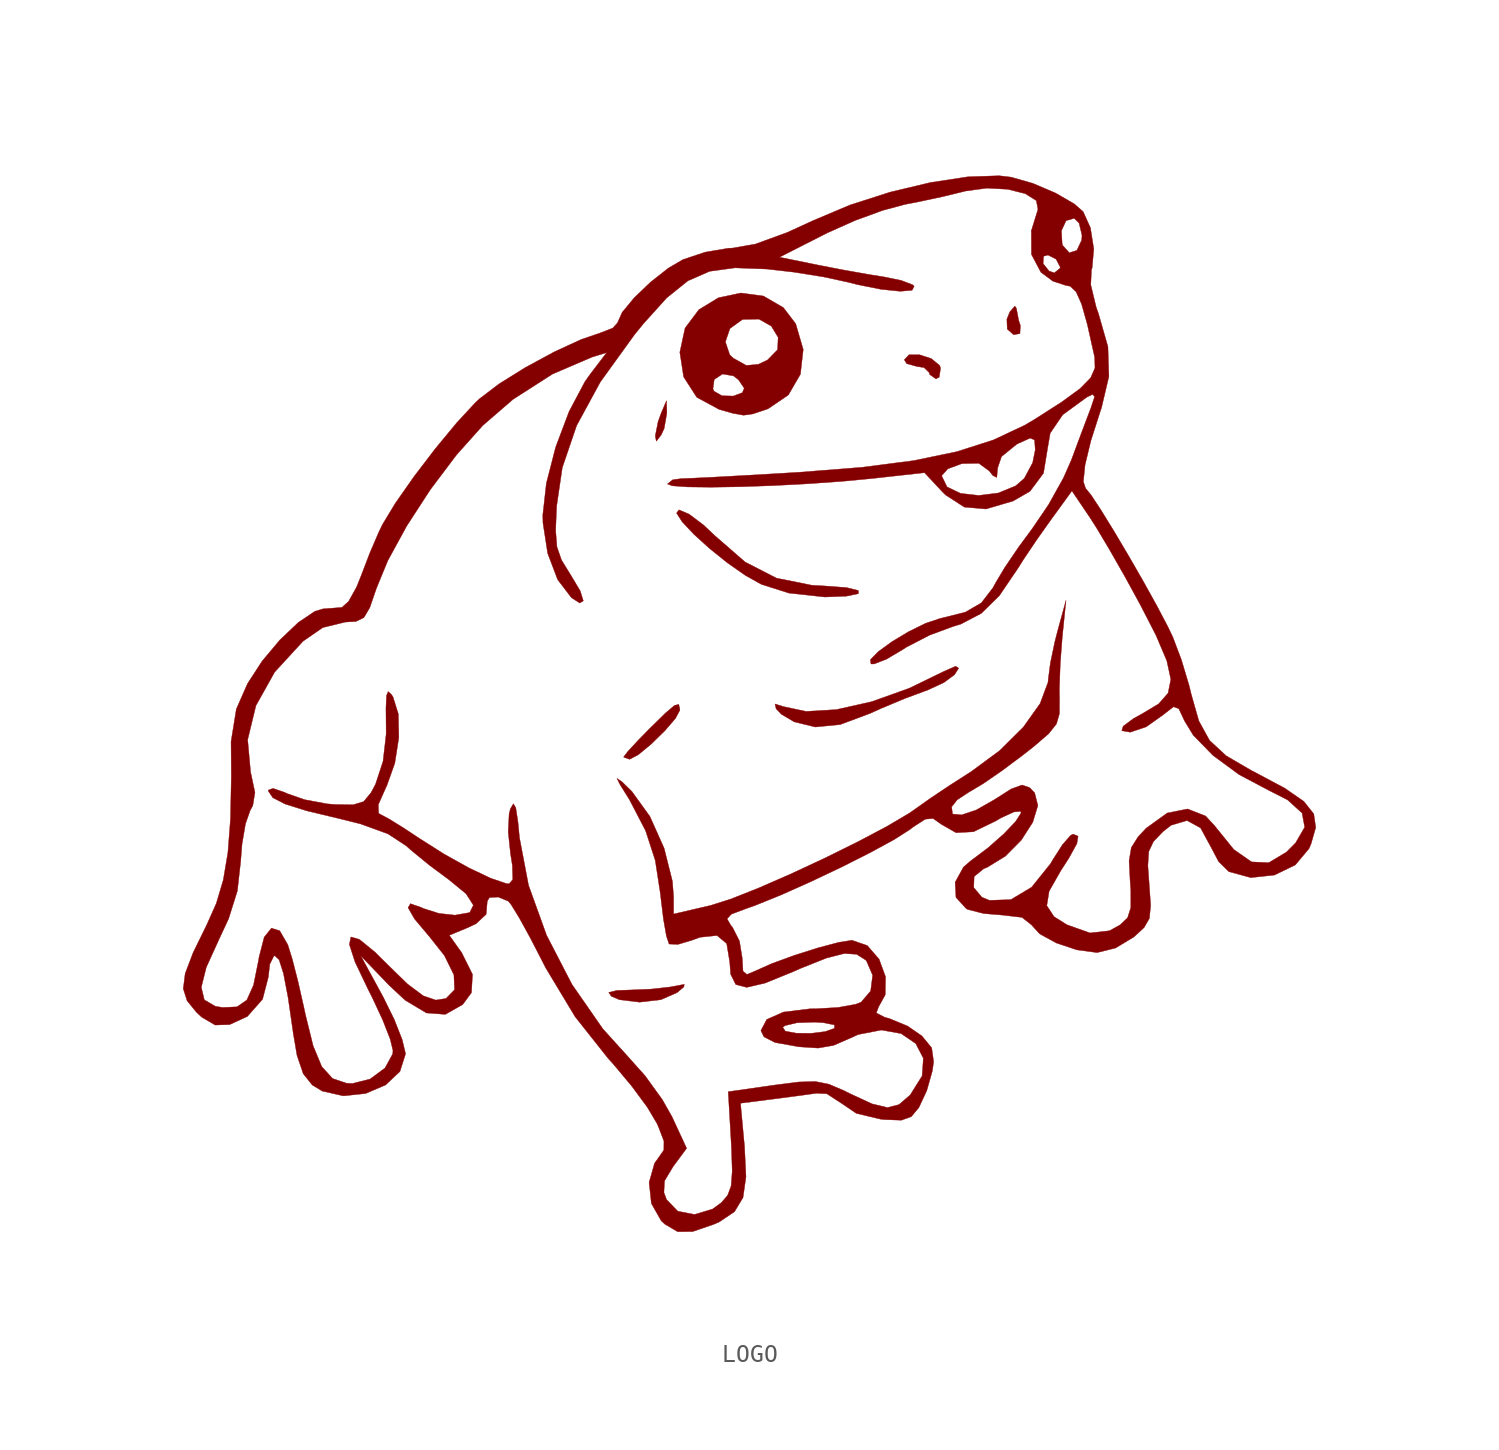
<source format=kicad_sym>
(kicad_symbol_lib
  (version 20220914)
  (generator bitmap2component)
  (symbol "LOGO"
    (pin_names
      (offset 1.016))
    (property "Reference" "#G"
      (at 0 50.871 0)
      (effects (font (size 1.27 1.27)) hide))
    (symbol "LOGO_0_0"
      (polyline (pts (xy -11.983 -19.668) (xy -10.777 -19.256) (xy -10.454 -19.112) (xy -9.605 -18.54) (xy -9.126 -17.742) (xy -8.958 -16.566) (xy -9.04 -14.861) (xy -9.268 -12.405) (xy -7.545 -12.185) (xy -7.024 -12.118) (xy -5.833 -11.96) (xy -4.965 -11.84) (xy -4.386 -11.868) (xy -3.54 -12.419) (xy -2.714 -12.979) (xy -1.345 -13.306) (xy -1.11 -13.331) (xy -0.164 -13.365) (xy 0.394 -13.165) (xy 0.82 -12.654) (xy 0.826 -12.645) (xy 1.27 -11.692) (xy 1.585 -10.579) (xy 1.658 -10.056) (xy 1.548 -9.27) (xy 0.994 -8.597) (xy 0.19 -8.041) (xy -0.845 -7.612) (xy -1.103 -7.544) (xy -1.585 -7.296) (xy -1.462 -6.965) (xy -1.079 -6.269) (xy -1.061 -5.254) (xy -1.43 -4.249) (xy -2.095 -3.483) (xy -2.965 -3.184) (xy -3.716 -3.304) (xy -4.893 -3.617) (xy -6.236 -4.043) (xy -7.5 -4.505) (xy -8.439 -4.924) (xy -8.9 -5.12) (xy -9.127 -4.935) (xy -9.172 -4.185) (xy -9.328 -3.227) (xy -9.724 -2.444) (xy -9.811 -2.346) (xy -10.029 -1.973) (xy -9.784 -1.708) (xy -8.967 -1.402) (xy -8.424 -1.209) (xy -6.983 -0.625) (xy -5.299 0.126) (xy -3.55 0.956) (xy -1.917 1.78) (xy -0.578 2.51) (xy 0.287 3.061) (xy 0.508 3.228) (xy 1.188 3.667) (xy 1.63 3.705) (xy 2.078 3.386) (xy 2.925 2.9) (xy 3.916 2.954) (xy 5.18 3.568) (xy 5.451 3.728) (xy 6.193 4.073) (xy 6.588 4.113) (xy 6.603 4.012) (xy 6.297 3.534) (xy 5.627 2.831) (xy 4.732 2.042) (xy 3.753 1.306) (xy 3.345 0.955) (xy 2.876 0.098) (xy 2.922 -0.759) (xy 3.505 -1.399) (xy 3.611 -1.449) (xy 4.494 -1.673) (xy 5.583 -1.764) (xy 6.658 -1.891) (xy 7.189 -2.309) (xy 7.654 -2.821) (xy 8.598 -3.339) (xy 9.762 -3.728) (xy 10.898 -3.881) (xy 10.912 -3.881) (xy 11.952 -3.625) (xy 12.992 -2.996) (xy 13.566 -2.465) (xy 13.864 -1.947) (xy 13.937 -1.214) (xy 13.854 -0.023) (xy 13.778 1.036) (xy 13.829 1.838) (xy 14.093 2.397) (xy 14.635 2.963) (xy 15.091 3.321) (xy 15.995 3.589) (xy 16.759 3.172) (xy 17.351 2.082) (xy 17.78 1.269) (xy 18.358 0.698) (xy 19.605 0.358) (xy 20.943 0.505) (xy 22.119 1.074) (xy 22.892 1.996) (xy 23.011 2.268) (xy 23.276 3.196) (xy 23.165 3.964) (xy 22.604 4.671) (xy 21.523 5.42) (xy 19.851 6.312) (xy 19.643 6.417) (xy 18.208 7.253) (xy 17.269 8.122) (xy 16.663 9.222) (xy 16.227 10.754) (xy 16.112 11.228) (xy 15.675 12.686) (xy 15.194 13.96) (xy 14.912 14.551) (xy 14.308 15.701) (xy 13.546 17.076) (xy 12.708 18.534) (xy 11.878 19.935) (xy 11.137 21.137) (xy 10.569 22.002) (xy 10.255 22.387) (xy 10.129 22.763) (xy 10.224 23.703) (xy 10.554 25.076) (xy 11.096 26.767) (xy 11.153 26.932) (xy 11.574 28.715) (xy 11.519 30.396) (xy 10.98 32.279) (xy 10.854 32.633) (xy 10.548 33.897) (xy 10.588 34.749) (xy 10.625 34.859) (xy 10.719 35.924) (xy 10.53 37.12) (xy 10.116 38.038) (xy 9.617 38.475) (xy 8.558 39.089) (xy 7.277 39.636) (xy 6.041 39.989) (xy 5.368 40.068) (xy 3.6 40.009) (xy 1.481 39.686) (xy -0.805 39.141) (xy -3.073 38.413) (xy -5.136 37.543) (xy -6.625 36.86) (xy -8.429 36.202) (xy -9.722 35.976) (xy -9.954 35.967) (xy -11.265 35.746) (xy -12.527 35.325) (xy -13.353 34.839) (xy -14.356 34.051) (xy -15.283 33.163) (xy -15.963 32.34) (xy -16.228 31.744) (xy -16.497 31.45) (xy -17.198 31.177) (xy -18.287 30.804) (xy -19.814 30.1) (xy -21.443 29.218) (xy -22.933 28.289) (xy -24.041 27.445) (xy -24.281 27.218) (xy -25.329 26.085) (xy -26.539 24.621) (xy -27.749 23.036) (xy -28.796 21.54) (xy -29.519 20.344) (xy -29.722 19.926) (xy -30.235 18.735) (xy -30.722 17.462) (xy -30.993 16.789) (xy -31.441 15.985) (xy -31.812 15.651) (xy -32.081 15.626) (xy -32.895 15.563) (xy -33.352 15.423) (xy -34.28 14.799) (xy -35.324 13.81) (xy -36.334 12.606) (xy -37.158 11.336) (xy -37.792 9.895) (xy -38.09 8.054) (xy -38.075 6.104) (xy -38.122 3.701) (xy -38.268 1.786) (xy -38.529 0.231) (xy -38.923 -1.093) (xy -39.466 -2.314) (xy -40.235 -3.882) (xy -40.685 -5.064) (xy -40.783 -5.843) (xy -39.774 -5.843) (xy -39.494 -4.721) (xy -38.765 -3.117) (xy -38.23 -1.97) (xy -37.734 -0.397) (xy -37.547 1.268) (xy -37.471 2.248) (xy -37.273 3.406) (xy -37.014 4.147) (xy -36.86 4.435) (xy -36.739 5.175) (xy -36.962 6.23) (xy -36.983 6.306) (xy -37.151 8.161) (xy -36.683 10.091) (xy -35.624 11.985) (xy -34.017 13.734) (xy -32.899 14.506) (xy -31.626 14.817) (xy -31.028 14.85) (xy -30.575 15.069) (xy -30.239 15.638) (xy -29.867 16.723) (xy -29.223 18.291) (xy -28.151 20.254) (xy -26.812 22.315) (xy -25.335 24.276) (xy -23.848 25.939) (xy -22.141 27.414) (xy -19.909 28.846) (xy -17.679 29.803) (xy -16.838 30.064) (xy -17.795 28.809) (xy -18.075 28.411) (xy -18.966 26.729) (xy -19.724 24.719) (xy -20.252 22.668) (xy -20.454 20.867) (xy -20.443 20.422) (xy -20.177 18.704) (xy -19.613 17.218) (xy -18.833 16.194) (xy -18.362 15.893) (xy -18.161 16.017) (xy -18.338 16.583) (xy -18.891 17.509) (xy -18.914 17.543) (xy -19.399 18.336) (xy -19.653 19.072) (xy -19.727 20.003) (xy -19.67 21.382) (xy -19.35 23.555) (xy -18.538 25.937) (xy -17.195 28.405) (xy -15.27 31.071) (xy -14.769 31.689) (xy -13.442 33.159) (xy -12.243 34.123) (xy -11.01 34.662) (xy -9.579 34.857) (xy -7.788 34.79) (xy -6.256 34.615) (xy -4.556 34.343) (xy -3.175 34.043) (xy -2.659 33.911) (xy -1.304 33.641) (xy -0.226 33.531) (xy 0.439 33.588) (xy 0.558 33.82) (xy 0.462 33.904) (xy -0.17 34.144) (xy -1.138 34.344) (xy -1.938 34.471) (xy -3.387 34.727) (xy -4.855 35.011) (xy -7.063 35.46) (xy -4.466 36.779) (xy -4.331 36.846) (xy -2.794 37.533) (xy -1.232 38.105) (xy 0.036 38.446) (xy 0.685 38.57) (xy 2.151 38.882) (xy 3.381 39.181) (xy 3.472 39.205) (xy 4.676 39.367) (xy 5.857 39.302) (xy 6.845 39.053) (xy 7.469 38.661) (xy 7.561 38.167) (xy 7.187 36.959) (xy 7.187 36.956) (xy 8.887 36.956) (xy 9.152 37.526) (xy 9.613 37.659) (xy 9.888 37.387) (xy 10.054 36.689) (xy 10.033 36.423) (xy 9.76 35.844) (xy 9.333 35.711) (xy 8.958 36.13) (xy 8.93 36.211) (xy 8.887 36.956) (xy 7.187 36.956) (xy 7.193 35.616) (xy 7.466 35.1) (xy 7.852 35.1) (xy 7.879 35.513) (xy 8.125 35.584) (xy 8.585 35.349) (xy 8.819 34.904) (xy 8.813 34.838) (xy 8.488 34.572) (xy 8.188 34.679) (xy 7.852 35.1) (xy 7.466 35.1) (xy 7.727 34.607) (xy 8.405 34.104) (xy 9.126 33.867) (xy 9.384 33.816) (xy 9.717 33.505) (xy 10.027 32.815) (xy 10.358 31.641) (xy 10.752 29.876) (xy 10.77 29.786) (xy 10.787 29.191) (xy 10.543 28.638) (xy 9.949 28.031) (xy 8.915 27.274) (xy 7.352 26.274) (xy 6.799 25.948) (xy 5.034 25.119) (xy 2.982 24.461) (xy 0.537 23.953) (xy -2.402 23.572) (xy -5.939 23.294) (xy -7.32 23.211) (xy -9.219 23.102) (xy -10.826 23.014) (xy -12.002 22.956) (xy -12.612 22.934) (xy -13.106 22.866) (xy -13.405 22.628) (xy -13.125 22.526) (xy -12.26 22.463) (xy -10.933 22.447) (xy -9.272 22.473) (xy -7.403 22.539) (xy -5.452 22.642) (xy -3.545 22.777) (xy -1.81 22.941) (xy 1.142 23.268) (xy 1.318 23.08) (xy 2.117 23.08) (xy 2.118 23.104) (xy 2.461 23.487) (xy 3.224 23.769) (xy 3.294 23.783) (xy 4.211 23.8) (xy 4.8 23.372) (xy 5.007 23.11) (xy 5.231 22.998) (xy 5.28 23.539) (xy 5.497 24.177) (xy 6.35 24.871) (xy 6.468 24.932) (xy 7.12 25.225) (xy 7.369 25.122) (xy 7.408 24.566) (xy 7.262 23.836) (xy 6.787 22.947) (xy 6.295 22.521) (xy 5.318 22.12) (xy 4.214 21.981) (xy 3.18 22.099) (xy 2.416 22.467) (xy 2.117 23.08) (xy 1.318 23.08) (xy 2.124 22.217) (xy 2.327 22.012) (xy 3.393 21.322) (xy 4.621 21.214) (xy 6.157 21.666) (xy 7.111 22.215) (xy 7.875 23.242) (xy 8.114 24.703) (xy 8.253 25.504) (xy 8.96 26.543) (xy 10.314 27.532) (xy 10.653 27.701) (xy 10.766 27.565) (xy 10.547 26.909) (xy 10.348 26.388) (xy 9.92 25.248) (xy 9.452 23.989) (xy 8.998 22.963) (xy 8.161 21.462) (xy 7.241 20.108) (xy 6.475 19.07) (xy 5.688 17.912) (xy 5.162 17.032) (xy 5.01 16.75) (xy 4.355 15.901) (xy 3.451 15.377) (xy 2.07 15.031) (xy 2.02 15.022) (xy 1.2 14.746) (xy 0.241 14.274) (xy -0.701 13.707) (xy -1.472 13.146) (xy -1.918 12.692) (xy -1.885 12.446) (xy -1.705 12.449) (xy -1.02 12.713) (xy -0.131 13.237) (xy 0.128 13.403) (xy 1.451 14.086) (xy 2.769 14.571) (xy 3.209 14.707) (xy 4.356 15.308) (xy 5.378 16.312) (xy 6.428 17.859) (xy 6.747 18.366) (xy 7.463 19.431) (xy 8.259 20.556) (xy 9.482 22.239) (xy 10.5 20.733) (xy 10.873 20.15) (xy 11.622 18.893) (xy 12.494 17.363) (xy 13.365 15.769) (xy 14.241 14.064) (xy 14.851 12.628) (xy 15.078 11.575) (xy 14.924 10.8) (xy 14.39 10.191) (xy 13.479 9.643) (xy 12.967 9.36) (xy 12.384 8.93) (xy 12.301 8.672) (xy 12.782 8.586) (xy 13.68 8.887) (xy 14.679 9.593) (xy 14.725 9.634) (xy 15.233 10.027) (xy 15.53 9.915) (xy 15.853 9.225) (xy 16.349 8.413) (xy 17.467 7.269) (xy 18.945 6.184) (xy 20.602 5.307) (xy 21.683 4.756) (xy 22.505 4.01) (xy 22.651 3.211) (xy 22.138 2.327) (xy 21.616 1.802) (xy 20.618 1.204) (xy 19.649 1.248) (xy 18.644 1.948) (xy 17.534 3.318) (xy 17.045 3.845) (xy 16.028 4.244) (xy 14.874 4.014) (xy 13.689 3.16) (xy 13.232 2.677) (xy 12.841 2.059) (xy 12.717 1.308) (xy 12.777 0.141) (xy 12.814 -0.37) (xy 12.815 -1.338) (xy 12.631 -1.912) (xy 12.211 -2.313) (xy 11.605 -2.647) (xy 10.504 -2.771) (xy 9.197 -2.306) (xy 8.471 -1.849) (xy 8.06 -1.226) (xy 8.192 -0.411) (xy 8.848 0.745) (xy 9.31 1.461) (xy 9.762 2.282) (xy 9.831 2.704) (xy 9.552 2.822) (xy 9.408 2.749) (xy 8.953 2.23) (xy 8.405 1.376) (xy 8.268 1.143) (xy 7.202 -0.182) (xy 6.029 -0.885) (xy 4.813 -0.926) (xy 4.388 -0.749) (xy 3.927 -0.201) (xy 3.949 0.419) (xy 4.498 0.867) (xy 4.687 0.939) (xy 5.72 1.573) (xy 6.617 2.479) (xy 7.266 3.49) (xy 7.556 4.438) (xy 7.373 5.158) (xy 7.089 5.452) (xy 6.663 5.6) (xy 6.057 5.381) (xy 5.082 4.763) (xy 4.075 4.188) (xy 3.238 3.908) (xy 2.727 3.958) (xy 2.676 4.362) (xy 2.991 4.761) (xy 3.699 5.225) (xy 3.75 5.25) (xy 4.482 5.689) (xy 5.531 6.413) (xy 6.688 7.277) (xy 7.325 7.777) (xy 8.162 8.496) (xy 8.607 9.056) (xy 8.774 9.628) (xy 8.779 10.383) (xy 8.772 11.076) (xy 8.823 12.489) (xy 8.933 13.935) (xy 9.148 16.051) (xy 8.665 14.287) (xy 8.511 13.686) (xy 8.261 12.489) (xy 8.148 11.606) (xy 8.129 11.406) (xy 7.682 10.208) (xy 6.732 8.874) (xy 5.392 7.544) (xy 3.778 6.354) (xy 2.56 5.573) (xy 1.453 4.833) (xy 0.706 4.301) (xy 0.282 4.005) (xy -0.962 3.27) (xy -2.608 2.398) (xy -4.486 1.469) (xy -6.428 0.564) (xy -8.264 -0.237) (xy -9.825 -0.855) (xy -10.941 -1.209) (xy -13.053 -1.701) (xy -13.053 -0.738) (xy -13.121 0.158) (xy -13.59 2.025) (xy -14.395 3.822) (xy -15.413 5.233) (xy -15.969 5.778) (xy -16.255 5.972) (xy -16.097 5.644) (xy -15.546 4.763) (xy -14.638 3.014) (xy -14.091 1.333) (xy -13.798 -0.567) (xy -13.782 -0.723) (xy -13.628 -1.987) (xy -13.461 -2.94) (xy -13.313 -3.385) (xy -13.297 -3.398) (xy -12.807 -3.419) (xy -12.012 -3.182) (xy -11.556 -3.015) (xy -10.595 -2.915) (xy -10.05 -3.372) (xy -9.878 -4.41) (xy -9.825 -5.107) (xy -9.537 -5.688) (xy -8.919 -5.85) (xy -7.882 -5.61) (xy -6.335 -4.981) (xy -5.877 -4.779) (xy -4.412 -4.194) (xy -3.396 -3.934) (xy -2.697 -3.978) (xy -2.187 -4.304) (xy -2.143 -4.351) (xy -1.791 -5.164) (xy -1.904 -6.054) (xy -2.446 -6.69) (xy -2.767 -6.809) (xy -3.749 -6.986) (xy -4.939 -7.056) (xy -5.337 -7.062) (xy -6.837 -7.246) (xy -7.784 -7.666) (xy -8.018 -8.112) (xy -6.878 -8.112) (xy -6.754 -8.015) (xy -6.078 -7.853) (xy -5.078 -7.817) (xy -4.586 -7.848) (xy -3.95 -7.974) (xy -3.953 -8.166) (xy -4.476 -8.351) (xy -5.292 -8.451) (xy -6.123 -8.441) (xy -6.731 -8.327) (xy -6.878 -8.112) (xy -8.018 -8.112) (xy -8.114 -8.296) (xy -7.94 -8.649) (xy -7.32 -8.968) (xy -5.97 -9.211) (xy -4.875 -9.284) (xy -4.003 -9.133) (xy -3.111 -8.745) (xy -2.603 -8.517) (xy -1.297 -8.263) (xy -0.18 -8.465) (xy 0.646 -9.028) (xy 1.076 -9.856) (xy 1.009 -10.855) (xy 0.339 -11.928) (xy 0.327 -11.941) (xy -0.301 -12.481) (xy -0.954 -12.649) (xy -1.822 -12.441) (xy -3.093 -11.853) (xy -3.433 -11.683) (xy -4.271 -11.326) (xy -5.033 -11.175) (xy -5.979 -11.203) (xy -7.362 -11.38) (xy -9.962 -11.752) (xy -9.8 -14.558) (xy -9.778 -14.939) (xy -9.736 -16.249) (xy -9.798 -17.08) (xy -9.994 -17.613) (xy -10.353 -18.03) (xy -10.851 -18.393) (xy -11.874 -18.698) (xy -12.816 -18.513) (xy -13.452 -17.854) (xy -13.601 -17.45) (xy -13.566 -16.795) (xy -13.076 -15.982) (xy -12.316 -14.954) (xy -13.145 -13.166) (xy -13.691 -12.2) (xy -14.664 -10.854) (xy -15.733 -9.658) (xy -17.058 -8.194) (xy -18.803 -5.681) (xy -20.238 -2.905) (xy -21.261 -0.069) (xy -21.773 2.622) (xy -21.857 3.497) (xy -21.982 4.313) (xy -22.118 4.54) (xy -22.288 4.248) (xy -22.358 3.974) (xy -22.41 2.942) (xy -22.28 1.714) (xy -22.174 1.046) (xy -22.15 0.251) (xy -22.361 0.008) (xy -22.526 0.028) (xy -23.398 0.324) (xy -24.621 0.905) (xy -26.018 1.681) (xy -27.412 2.564) (xy -28.297 3.149) (xy -29.165 3.688) (xy -29.658 3.947) (xy -29.743 3.999) (xy -29.76 4.488) (xy -29.321 5.476) (xy -29.282 5.552) (xy -28.824 6.836) (xy -28.599 8.281) (xy -28.627 9.619) (xy -28.928 10.583) (xy -29.022 10.724) (xy -29.2 10.886) (xy -29.294 10.665) (xy -29.326 9.953) (xy -29.316 8.643) (xy -29.316 8.467) (xy -29.491 6.939) (xy -29.916 5.644) (xy -30.169 5.168) (xy -30.586 4.662) (xy -31.182 4.481) (xy -32.219 4.497) (xy -32.652 4.533) (xy -33.929 4.77) (xy -34.94 5.123) (xy -35.061 5.183) (xy -35.716 5.408) (xy -35.983 5.313) (xy -35.979 5.254) (xy -35.73 4.883) (xy -35.033 4.523) (xy -33.806 4.138) (xy -31.962 3.697) (xy -30.772 3.401) (xy -29.212 2.834) (xy -28.181 2.158) (xy -27.907 1.913) (xy -26.866 1.061) (xy -25.764 0.242) (xy -24.793 -0.555) (xy -24.379 -1.201) (xy -24.587 -1.617) (xy -25.423 -1.764) (xy -26.336 -1.664) (xy -27.217 -1.383) (xy -27.307 -1.336) (xy -27.942 -1.115) (xy -28.075 -1.34) (xy -27.712 -1.975) (xy -26.863 -2.983) (xy -26.016 -4.054) (xy -25.482 -5.142) (xy -25.445 -5.983) (xy -25.929 -6.478) (xy -26.505 -6.57) (xy -27.215 -6.328) (xy -28.11 -5.657) (xy -29.308 -4.489) (xy -29.942 -3.859) (xy -30.822 -3.139) (xy -31.309 -2.996) (xy -31.396 -3.423) (xy -31.077 -4.409) (xy -30.344 -5.946) (xy -30.11 -6.407) (xy -29.506 -7.705) (xy -29.086 -8.778) (xy -28.928 -9.429) (xy -28.946 -9.618) (xy -29.384 -10.416) (xy -30.227 -11.038) (xy -31.232 -11.289) (xy -31.555 -11.273) (xy -32.349 -11.005) (xy -32.958 -10.333) (xy -33.448 -9.154) (xy -33.888 -7.37) (xy -33.974 -6.964) (xy -34.309 -5.49) (xy -34.631 -4.236) (xy -34.879 -3.44) (xy -35.337 -2.646) (xy -35.805 -2.499) (xy -36.214 -3.007) (xy -36.507 -4.145) (xy -36.532 -4.307) (xy -36.82 -5.726) (xy -37.199 -6.568) (xy -37.752 -6.95) (xy -38.564 -6.988) (xy -38.978 -6.92) (xy -39.604 -6.554) (xy -39.774 -5.843) (xy -40.783 -5.843) (xy -40.794 -5.925) (xy -40.578 -6.606) (xy -40.056 -7.248) (xy -39.752 -7.534) (xy -38.991 -7.981) (xy -38.17 -7.956) (xy -37.169 -7.498) (xy -36.307 -6.522) (xy -35.983 -5.273) (xy -35.9 -4.541) (xy -35.673 -4.083) (xy -35.615 -4.061) (xy -35.373 -4.284) (xy -35.126 -5.057) (xy -34.862 -6.433) (xy -34.569 -8.462) (xy -34.358 -9.7) (xy -34.006 -10.736) (xy -33.499 -11.372) (xy -32.93 -11.719) (xy -31.732 -11.99) (xy -30.476 -11.854) (xy -29.348 -11.373) (xy -28.535 -10.608) (xy -28.222 -9.621) (xy -28.223 -9.582) (xy -28.413 -8.793) (xy -28.865 -7.649) (xy -29.489 -6.384) (xy -30.756 -4.057) (xy -29.146 -5.733) (xy -28.243 -6.575) (xy -27.036 -7.299) (xy -25.968 -7.378) (xy -24.987 -6.824) (xy -24.49 -6.152) (xy -24.43 -5.116) (xy -25.042 -3.888) (xy -25.743 -2.904) (xy -24.689 -2.467) (xy -24.233 -2.252) (xy -23.659 -1.72) (xy -23.594 -0.97) (xy -23.469 -0.767) (xy -22.973 -0.74) (xy -22.401 -0.976) (xy -22.24 -1.174) (xy -21.788 -1.912) (xy -21.167 -3.04) (xy -20.461 -4.408) (xy -20.287 -4.75) (xy -18.626 -7.509) (xy -16.75 -9.876) (xy -16.45 -10.207) (xy -15.408 -11.454) (xy -14.537 -12.636) (xy -14.001 -13.537) (xy -13.914 -13.728) (xy -13.6 -14.548) (xy -13.605 -15.053) (xy -13.92 -15.505) (xy -14.13 -15.797) (xy -14.439 -16.884) (xy -14.31 -18.075) (xy -13.758 -19.05) (xy -13.547 -19.249) (xy -12.83 -19.671) (xy -11.983 -19.668)) (stroke (width 0.01) (type default)) (fill (type outline)))
      (polyline (pts (xy -13.77 -6.547) (xy -12.856 -6.147) (xy -12.475 -5.826) (xy -12.447 -5.678) (xy -13.053 -5.79) (xy -13.278 -5.832) (xy -14.323 -5.947) (xy -15.522 -5.998) (xy -16.264 -6.024) (xy -16.723 -6.135) (xy -16.581 -6.35) (xy -16.122 -6.548) (xy -14.981 -6.687) (xy -13.77 -6.547)) (stroke (width 0.01) (type default)) (fill (type outline)))
      (polyline (pts (xy -15.533 7.056) (xy -15.042 7.317) (xy -14.315 7.919) (xy -13.55 8.667) (xy -12.945 9.369) (xy -12.7 9.831) (xy -12.701 9.9) (xy -12.764 10.16) (xy -13.002 10.102) (xy -13.52 9.663) (xy -14.422 8.778) (xy -15.054 8.133) (xy -15.646 7.492) (xy -15.875 7.19) (xy -15.87 7.167) (xy -15.547 7.056) (xy -15.533 7.056)) (stroke (width 0.01) (type default)) (fill (type outline)))
      (polyline (pts (xy -3.631 9.018) (xy -1.936 9.65) (xy -1.298 9.938) (xy 0.027 10.492) (xy 1.123 10.899) (xy 1.295 10.959) (xy 2.232 11.391) (xy 2.837 11.836) (xy 3.077 12.208) (xy 2.899 12.319) (xy 2.2 12.008) (xy 0.283 11.076) (xy -1.847 10.314) (xy -3.843 9.866) (xy -5.56 9.763) (xy -6.849 10.038) (xy -6.859 10.043) (xy -7.316 10.184) (xy -7.254 9.913) (xy -6.947 9.595) (xy -6.226 9.17) (xy -5.035 8.88) (xy -3.631 9.018)) (stroke (width 0.01) (type default)) (fill (type outline)))
      (polyline (pts (xy -3.276 16.283) (xy -2.599 16.423) (xy -2.598 16.602) (xy -3.265 16.768) (xy -4.591 16.866) (xy -5.221 16.899) (xy -7.23 17.302) (xy -9.006 18.214) (xy -10.743 19.726) (xy -11.359 20.308) (xy -12.18 20.926) (xy -12.751 21.167) (xy -12.885 20.982) (xy -12.567 20.486) (xy -11.904 19.782) (xy -11.011 18.973) (xy -10.002 18.163) (xy -8.991 17.456) (xy -8.094 16.954) (xy -6.528 16.456) (xy -4.498 16.235) (xy -3.276 16.283)) (stroke (width 0.01) (type default)) (fill (type outline)))
      (polyline (pts (xy -13.758 25.4) (xy -13.587 25.769) (xy -13.436 26.635) (xy -13.455 27.34) (xy -13.758 26.635) (xy -13.929 26.156) (xy -14.081 25.4) (xy -14.084 25.311) (xy -14.03 25.049) (xy -13.758 25.4)) (stroke (width 0.01) (type default)) (fill (type outline)))
      (polyline (pts (xy -8.571 26.593) (xy -7.803 26.849) (xy -7.706 26.885) (xy -6.56 27.665) (xy -5.878 28.84) (xy -5.72 30.24) (xy -6.144 31.692) (xy -6.843 32.609) (xy -7.972 33.264) (xy -9.251 33.435) (xy -10.522 33.164) (xy -11.626 32.489) (xy -12.405 31.448) (xy -12.573 30.67) (xy -10.123 30.67) (xy -9.865 31.425) (xy -9.168 31.928) (xy -9.125 31.941) (xy -8.224 31.957) (xy -7.524 31.559) (xy -7.137 30.924) (xy -7.171 30.227) (xy -7.738 29.646) (xy -8.257 29.4) (xy -8.938 29.337) (xy -9.677 29.748) (xy -9.877 29.937) (xy -10.123 30.67) (xy -12.573 30.67) (xy -12.7 30.081) (xy -12.486 28.689) (xy -12.047 28.007) (xy -10.828 28.007) (xy -10.755 28.541) (xy -10.283 28.852) (xy -9.664 28.744) (xy -9.377 28.518) (xy -9.057 28.046) (xy -9.163 27.796) (xy -9.676 27.604) (xy -10.319 27.621) (xy -10.766 27.88) (xy -10.828 28.007) (xy -12.047 28.007) (xy -11.741 27.532) (xy -10.479 26.849) (xy -9.707 26.629) (xy -9.096 26.519) (xy -8.571 26.593)) (stroke (width 0.01) (type default)) (fill (type outline)))
      (polyline (pts (xy 1.977 28.676) (xy 2.051 29.192) (xy 1.992 29.342) (xy 1.533 29.72) (xy 0.865 29.94) (xy 0.262 29.94) (xy 0 29.657) (xy 0.133 29.438) (xy 0.706 29.28) (xy 1.116 29.214) (xy 1.411 28.928) (xy 1.427 28.828) (xy 1.79 28.575) (xy 1.977 28.676)) (stroke (width 0.01) (type default)) (fill (type outline)))
      (polyline (pts (xy 6.542 31.138) (xy 6.564 31.602) (xy 6.469 31.889) (xy 6.339 32.573) (xy 6.253 32.693) (xy 5.967 32.365) (xy 5.802 31.953) (xy 5.823 31.394) (xy 6.181 31.073) (xy 6.542 31.138)) (stroke (width 0.01) (type default)) (fill (type outline))))))
</source>
